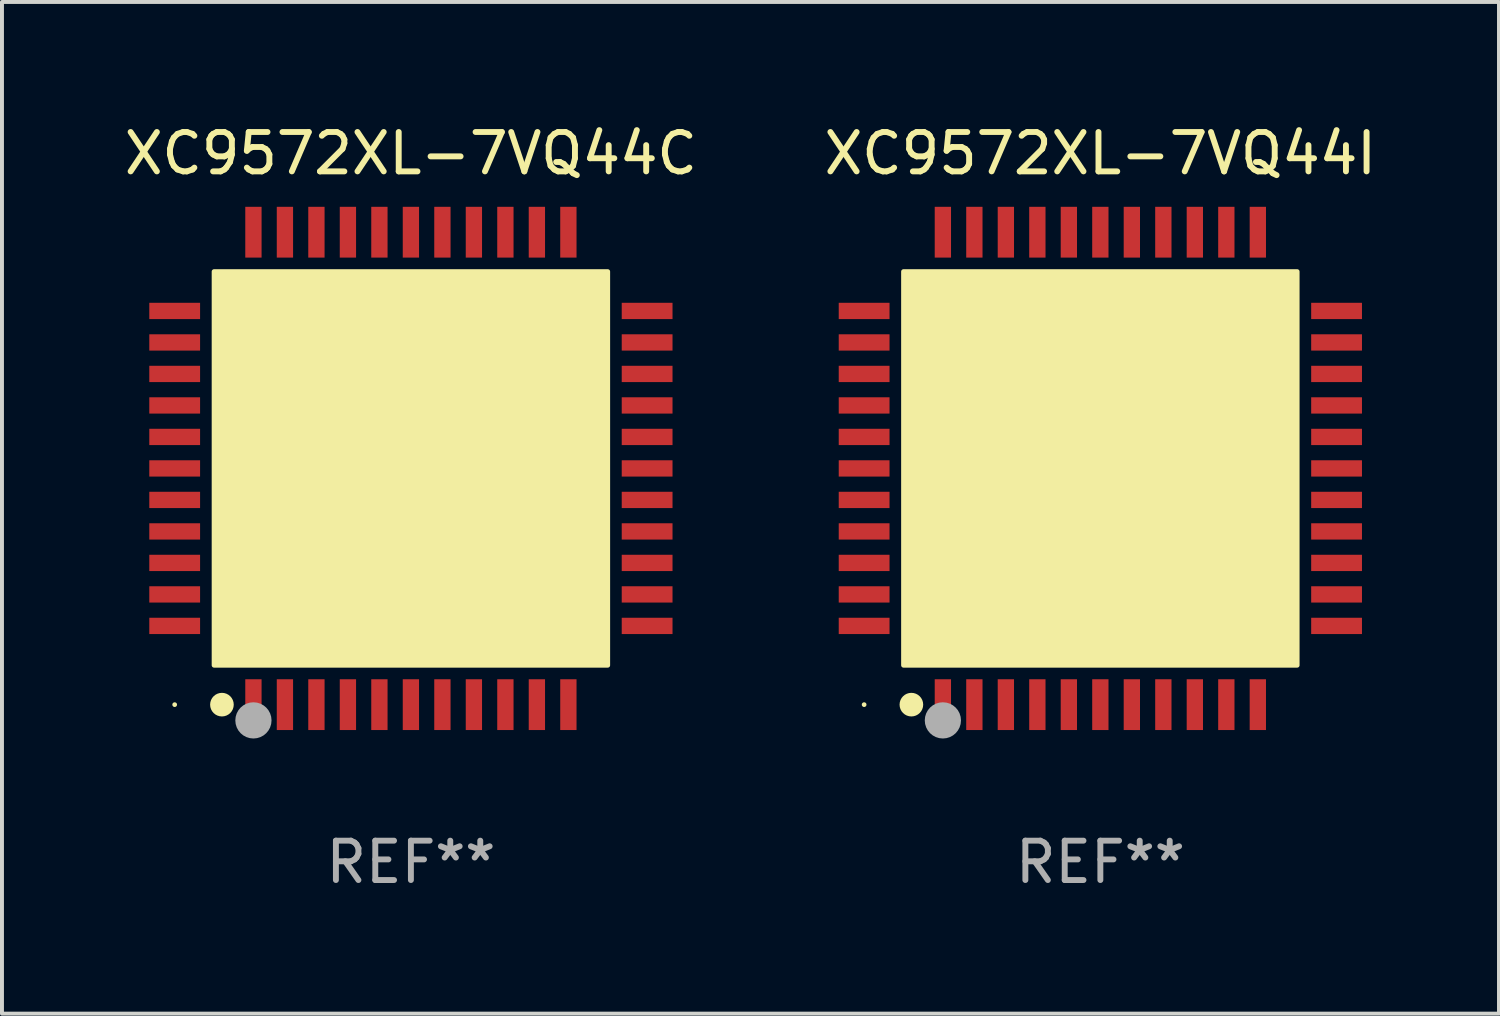
<source format=kicad_pcb>
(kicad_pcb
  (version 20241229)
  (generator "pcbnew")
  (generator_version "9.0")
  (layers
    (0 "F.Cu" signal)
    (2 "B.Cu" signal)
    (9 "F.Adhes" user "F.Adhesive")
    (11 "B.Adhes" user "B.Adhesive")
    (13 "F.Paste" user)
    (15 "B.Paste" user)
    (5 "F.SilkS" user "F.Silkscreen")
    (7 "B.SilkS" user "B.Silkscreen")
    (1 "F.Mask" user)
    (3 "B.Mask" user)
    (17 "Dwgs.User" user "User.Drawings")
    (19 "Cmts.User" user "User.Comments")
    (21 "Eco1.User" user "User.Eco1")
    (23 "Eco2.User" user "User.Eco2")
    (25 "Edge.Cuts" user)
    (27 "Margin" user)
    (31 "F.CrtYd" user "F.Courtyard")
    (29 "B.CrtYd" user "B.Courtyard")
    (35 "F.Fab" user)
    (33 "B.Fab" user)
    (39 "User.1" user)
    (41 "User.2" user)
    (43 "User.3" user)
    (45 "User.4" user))
  (footprint "XC9572XL-7VQ44I"
    (layer "F.Cu")
    (at 24.899 8.848)
    (property "Reference" "XC9572XL-7VQ44I" (at 0 -8 0) (layer "F.SilkS") (effects (font (size 1 1) (thickness 0.15))))
    (attr through_hole)
    (fp_circle (center -6 6) (end -5.97 6) (stroke (width 0.06) (type solid)) (fill no) (layer "F.SilkS"))
    (fp_circle (center -4.8 6) (end -4.65 6) (stroke (width 0.3) (type solid)) (fill no) (layer "F.SilkS"))
    (fp_poly (pts (xy -5 -5) (xy 5 -5) (xy 5 5) (xy -5 5)) (stroke (width 0.12) (type solid)) (fill yes) (layer "F.SilkS"))
    (fp_circle (center -4 6.4) (end -3.77 6.4) (stroke (width 0.46) (type solid)) (fill no) (layer "F.Fab"))
    (fp_text user "REF**" (at 0 10 0) (layer "F.Fab") (effects (font (size 1 1) (thickness 0.15))))
    (pad "1" smd rect (at -4 6 90) (size 1.29 0.414) (layers "F.Cu" "F.Mask" "F.Paste"))
    (pad "2" smd rect (at -3.2 6 90) (size 1.29 0.414) (layers "F.Cu" "F.Mask" "F.Paste"))
    (pad "3" smd rect (at -2.4 6 90) (size 1.29 0.414) (layers "F.Cu" "F.Mask" "F.Paste"))
    (pad "4" smd rect (at -1.6 6 90) (size 1.29 0.414) (layers "F.Cu" "F.Mask" "F.Paste"))
    (pad "5" smd rect (at -0.8 6 90) (size 1.29 0.414) (layers "F.Cu" "F.Mask" "F.Paste"))
    (pad "6" smd rect (at 0 6 90) (size 1.29 0.414) (layers "F.Cu" "F.Mask" "F.Paste"))
    (pad "7" smd rect (at 0.8 6 90) (size 1.29 0.414) (layers "F.Cu" "F.Mask" "F.Paste"))
    (pad "8" smd rect (at 1.6 6 90) (size 1.29 0.414) (layers "F.Cu" "F.Mask" "F.Paste"))
    (pad "9" smd rect (at 2.4 6 90) (size 1.29 0.414) (layers "F.Cu" "F.Mask" "F.Paste"))
    (pad "10" smd rect (at 3.2 6 90) (size 1.29 0.414) (layers "F.Cu" "F.Mask" "F.Paste"))
    (pad "11" smd rect (at 4 6 90) (size 1.29 0.414) (layers "F.Cu" "F.Mask" "F.Paste"))
    (pad "12" smd rect (at 6 4 90) (size 0.414 1.29) (layers "F.Cu" "F.Mask" "F.Paste"))
    (pad "13" smd rect (at 6 3.2 90) (size 0.414 1.29) (layers "F.Cu" "F.Mask" "F.Paste"))
    (pad "14" smd rect (at 6 2.4 90) (size 0.414 1.29) (layers "F.Cu" "F.Mask" "F.Paste"))
    (pad "15" smd rect (at 6 1.6 90) (size 0.414 1.29) (layers "F.Cu" "F.Mask" "F.Paste"))
    (pad "16" smd rect (at 6 0.8 90) (size 0.414 1.29) (layers "F.Cu" "F.Mask" "F.Paste"))
    (pad "17" smd rect (at 6 0 90) (size 0.414 1.29) (layers "F.Cu" "F.Mask" "F.Paste"))
    (pad "18" smd rect (at 6 -0.8 90) (size 0.414 1.29) (layers "F.Cu" "F.Mask" "F.Paste"))
    (pad "19" smd rect (at 6 -1.6 90) (size 0.414 1.29) (layers "F.Cu" "F.Mask" "F.Paste"))
    (pad "20" smd rect (at 6 -2.4 90) (size 0.414 1.29) (layers "F.Cu" "F.Mask" "F.Paste"))
    (pad "21" smd rect (at 6 -3.2 90) (size 0.414 1.29) (layers "F.Cu" "F.Mask" "F.Paste"))
    (pad "22" smd rect (at 6 -4 90) (size 0.414 1.29) (layers "F.Cu" "F.Mask" "F.Paste"))
    (pad "23" smd rect (at 4 -6 90) (size 1.29 0.414) (layers "F.Cu" "F.Mask" "F.Paste"))
    (pad "24" smd rect (at 3.2 -6 90) (size 1.29 0.414) (layers "F.Cu" "F.Mask" "F.Paste"))
    (pad "25" smd rect (at 2.4 -6 90) (size 1.29 0.414) (layers "F.Cu" "F.Mask" "F.Paste"))
    (pad "26" smd rect (at 1.6 -6 90) (size 1.29 0.414) (layers "F.Cu" "F.Mask" "F.Paste"))
    (pad "27" smd rect (at 0.8 -6 90) (size 1.29 0.414) (layers "F.Cu" "F.Mask" "F.Paste"))
    (pad "28" smd rect (at 0 -6 90) (size 1.29 0.414) (layers "F.Cu" "F.Mask" "F.Paste"))
    (pad "29" smd rect (at -0.8 -6 90) (size 1.29 0.414) (layers "F.Cu" "F.Mask" "F.Paste"))
    (pad "30" smd rect (at -1.6 -6 90) (size 1.29 0.414) (layers "F.Cu" "F.Mask" "F.Paste"))
    (pad "31" smd rect (at -2.4 -6 90) (size 1.29 0.414) (layers "F.Cu" "F.Mask" "F.Paste"))
    (pad "32" smd rect (at -3.2 -6 90) (size 1.29 0.414) (layers "F.Cu" "F.Mask" "F.Paste"))
    (pad "33" smd rect (at -4 -6 90) (size 1.29 0.414) (layers "F.Cu" "F.Mask" "F.Paste"))
    (pad "34" smd rect (at -6 -4 180) (size 1.29 0.414) (layers "F.Cu" "F.Mask" "F.Paste"))
    (pad "35" smd rect (at -6 -3.2 180) (size 1.29 0.414) (layers "F.Cu" "F.Mask" "F.Paste"))
    (pad "36" smd rect (at -6 -2.4 180) (size 1.29 0.414) (layers "F.Cu" "F.Mask" "F.Paste"))
    (pad "37" smd rect (at -6 -1.6 180) (size 1.29 0.414) (layers "F.Cu" "F.Mask" "F.Paste"))
    (pad "38" smd rect (at -6 -0.8 180) (size 1.29 0.414) (layers "F.Cu" "F.Mask" "F.Paste"))
    (pad "39" smd rect (at -6 0 180) (size 1.29 0.414) (layers "F.Cu" "F.Mask" "F.Paste"))
    (pad "40" smd rect (at -6 0.8 180) (size 1.29 0.414) (layers "F.Cu" "F.Mask" "F.Paste"))
    (pad "41" smd rect (at -6 1.6 180) (size 1.29 0.414) (layers "F.Cu" "F.Mask" "F.Paste"))
    (pad "42" smd rect (at -6 2.4 180) (size 1.29 0.414) (layers "F.Cu" "F.Mask" "F.Paste"))
    (pad "43" smd rect (at -6 3.2 180) (size 1.29 0.414) (layers "F.Cu" "F.Mask" "F.Paste"))
    (pad "44" smd rect (at -6 4 180) (size 1.29 0.414) (layers "F.Cu" "F.Mask" "F.Paste")))
  (footprint "XC9572XL-7VQ44C"
    (layer "F.Cu")
    (at 7.387 8.848)
    (property "Reference" "XC9572XL-7VQ44C" (at 0 -8 0) (layer "F.SilkS") (effects (font (size 1 1) (thickness 0.15))))
    (attr through_hole)
    (fp_circle (center -6 6) (end -5.97 6) (stroke (width 0.06) (type solid)) (fill no) (layer "F.SilkS"))
    (fp_circle (center -4.8 6) (end -4.65 6) (stroke (width 0.3) (type solid)) (fill no) (layer "F.SilkS"))
    (fp_poly (pts (xy -5 -5) (xy 5 -5) (xy 5 5) (xy -5 5)) (stroke (width 0.12) (type solid)) (fill yes) (layer "F.SilkS"))
    (fp_circle (center -4 6.4) (end -3.77 6.4) (stroke (width 0.46) (type solid)) (fill no) (layer "F.Fab"))
    (fp_text user "REF**" (at 0 10 0) (layer "F.Fab") (effects (font (size 1 1) (thickness 0.15))))
    (pad "1" smd rect (at -4 6 90) (size 1.29 0.414) (layers "F.Cu" "F.Mask" "F.Paste"))
    (pad "2" smd rect (at -3.2 6 90) (size 1.29 0.414) (layers "F.Cu" "F.Mask" "F.Paste"))
    (pad "3" smd rect (at -2.4 6 90) (size 1.29 0.414) (layers "F.Cu" "F.Mask" "F.Paste"))
    (pad "4" smd rect (at -1.6 6 90) (size 1.29 0.414) (layers "F.Cu" "F.Mask" "F.Paste"))
    (pad "5" smd rect (at -0.8 6 90) (size 1.29 0.414) (layers "F.Cu" "F.Mask" "F.Paste"))
    (pad "6" smd rect (at 0 6 90) (size 1.29 0.414) (layers "F.Cu" "F.Mask" "F.Paste"))
    (pad "7" smd rect (at 0.8 6 90) (size 1.29 0.414) (layers "F.Cu" "F.Mask" "F.Paste"))
    (pad "8" smd rect (at 1.6 6 90) (size 1.29 0.414) (layers "F.Cu" "F.Mask" "F.Paste"))
    (pad "9" smd rect (at 2.4 6 90) (size 1.29 0.414) (layers "F.Cu" "F.Mask" "F.Paste"))
    (pad "10" smd rect (at 3.2 6 90) (size 1.29 0.414) (layers "F.Cu" "F.Mask" "F.Paste"))
    (pad "11" smd rect (at 4 6 90) (size 1.29 0.414) (layers "F.Cu" "F.Mask" "F.Paste"))
    (pad "12" smd rect (at 6 4 90) (size 0.414 1.29) (layers "F.Cu" "F.Mask" "F.Paste"))
    (pad "13" smd rect (at 6 3.2 90) (size 0.414 1.29) (layers "F.Cu" "F.Mask" "F.Paste"))
    (pad "14" smd rect (at 6 2.4 90) (size 0.414 1.29) (layers "F.Cu" "F.Mask" "F.Paste"))
    (pad "15" smd rect (at 6 1.6 90) (size 0.414 1.29) (layers "F.Cu" "F.Mask" "F.Paste"))
    (pad "16" smd rect (at 6 0.8 90) (size 0.414 1.29) (layers "F.Cu" "F.Mask" "F.Paste"))
    (pad "17" smd rect (at 6 0 90) (size 0.414 1.29) (layers "F.Cu" "F.Mask" "F.Paste"))
    (pad "18" smd rect (at 6 -0.8 90) (size 0.414 1.29) (layers "F.Cu" "F.Mask" "F.Paste"))
    (pad "19" smd rect (at 6 -1.6 90) (size 0.414 1.29) (layers "F.Cu" "F.Mask" "F.Paste"))
    (pad "20" smd rect (at 6 -2.4 90) (size 0.414 1.29) (layers "F.Cu" "F.Mask" "F.Paste"))
    (pad "21" smd rect (at 6 -3.2 90) (size 0.414 1.29) (layers "F.Cu" "F.Mask" "F.Paste"))
    (pad "22" smd rect (at 6 -4 90) (size 0.414 1.29) (layers "F.Cu" "F.Mask" "F.Paste"))
    (pad "23" smd rect (at 4 -6 90) (size 1.29 0.414) (layers "F.Cu" "F.Mask" "F.Paste"))
    (pad "24" smd rect (at 3.2 -6 90) (size 1.29 0.414) (layers "F.Cu" "F.Mask" "F.Paste"))
    (pad "25" smd rect (at 2.4 -6 90) (size 1.29 0.414) (layers "F.Cu" "F.Mask" "F.Paste"))
    (pad "26" smd rect (at 1.6 -6 90) (size 1.29 0.414) (layers "F.Cu" "F.Mask" "F.Paste"))
    (pad "27" smd rect (at 0.8 -6 90) (size 1.29 0.414) (layers "F.Cu" "F.Mask" "F.Paste"))
    (pad "28" smd rect (at 0 -6 90) (size 1.29 0.414) (layers "F.Cu" "F.Mask" "F.Paste"))
    (pad "29" smd rect (at -0.8 -6 90) (size 1.29 0.414) (layers "F.Cu" "F.Mask" "F.Paste"))
    (pad "30" smd rect (at -1.6 -6 90) (size 1.29 0.414) (layers "F.Cu" "F.Mask" "F.Paste"))
    (pad "31" smd rect (at -2.4 -6 90) (size 1.29 0.414) (layers "F.Cu" "F.Mask" "F.Paste"))
    (pad "32" smd rect (at -3.2 -6 90) (size 1.29 0.414) (layers "F.Cu" "F.Mask" "F.Paste"))
    (pad "33" smd rect (at -4 -6 90) (size 1.29 0.414) (layers "F.Cu" "F.Mask" "F.Paste"))
    (pad "34" smd rect (at -6 -4 180) (size 1.29 0.414) (layers "F.Cu" "F.Mask" "F.Paste"))
    (pad "35" smd rect (at -6 -3.2 180) (size 1.29 0.414) (layers "F.Cu" "F.Mask" "F.Paste"))
    (pad "36" smd rect (at -6 -2.4 180) (size 1.29 0.414) (layers "F.Cu" "F.Mask" "F.Paste"))
    (pad "37" smd rect (at -6 -1.6 180) (size 1.29 0.414) (layers "F.Cu" "F.Mask" "F.Paste"))
    (pad "38" smd rect (at -6 -0.8 180) (size 1.29 0.414) (layers "F.Cu" "F.Mask" "F.Paste"))
    (pad "39" smd rect (at -6 0 180) (size 1.29 0.414) (layers "F.Cu" "F.Mask" "F.Paste"))
    (pad "40" smd rect (at -6 0.8 180) (size 1.29 0.414) (layers "F.Cu" "F.Mask" "F.Paste"))
    (pad "41" smd rect (at -6 1.6 180) (size 1.29 0.414) (layers "F.Cu" "F.Mask" "F.Paste"))
    (pad "42" smd rect (at -6 2.4 180) (size 1.29 0.414) (layers "F.Cu" "F.Mask" "F.Paste"))
    (pad "43" smd rect (at -6 3.2 180) (size 1.29 0.414) (layers "F.Cu" "F.Mask" "F.Paste"))
    (pad "44" smd rect (at -6 4 180) (size 1.29 0.414) (layers "F.Cu" "F.Mask" "F.Paste")))
  (gr_rect
    (start -3 -3)
    (end 35.024 22.697)
    (stroke (width 0.1) (type default))
    (fill no)
    (layer "Edge.Cuts")))
</source>
